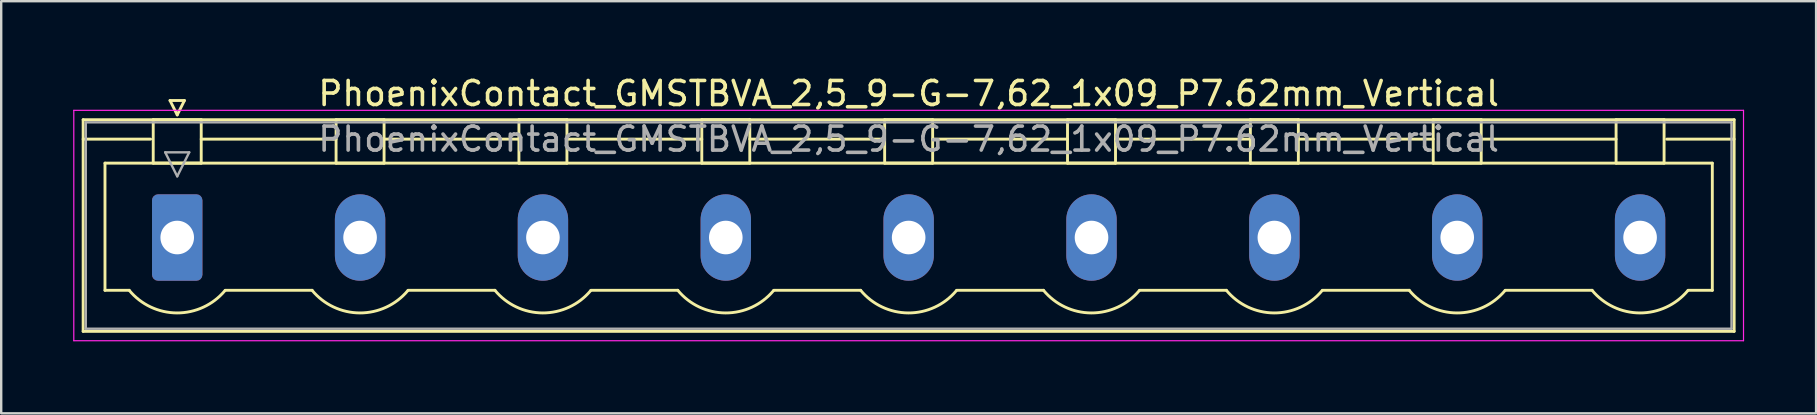
<source format=kicad_pcb>
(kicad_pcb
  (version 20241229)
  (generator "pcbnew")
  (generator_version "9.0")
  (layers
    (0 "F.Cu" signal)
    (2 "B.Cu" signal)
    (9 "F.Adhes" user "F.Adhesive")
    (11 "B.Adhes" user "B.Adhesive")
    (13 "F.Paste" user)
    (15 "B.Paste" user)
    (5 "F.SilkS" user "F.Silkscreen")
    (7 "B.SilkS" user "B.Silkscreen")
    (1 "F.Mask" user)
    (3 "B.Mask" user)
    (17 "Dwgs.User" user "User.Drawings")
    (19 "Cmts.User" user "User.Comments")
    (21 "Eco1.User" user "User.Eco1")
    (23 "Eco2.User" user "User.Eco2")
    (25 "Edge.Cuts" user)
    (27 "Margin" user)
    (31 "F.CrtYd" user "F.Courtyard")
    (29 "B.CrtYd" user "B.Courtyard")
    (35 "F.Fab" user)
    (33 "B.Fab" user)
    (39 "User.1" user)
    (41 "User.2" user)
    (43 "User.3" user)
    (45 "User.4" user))
  (footprint "PhoenixContact_GMSTBVA_2,5_9-G-7,62_1x09_P7.62mm_Vertical"
    (layer "F.Cu")
    (at 4.335 6.848)
    (property "Reference" "PhoenixContact_GMSTBVA_2,5_9-G-7,62_1x09_P7.62mm_Vertical" (at 30.48 -6 0) (layer "F.SilkS") (effects (font (size 1 1) (thickness 0.15))))
    (attr through_hole)
    (fp_line (start -3.92 -4.91) (end -3.92 3.91) (stroke (width 0.12) (type solid)) (layer "F.SilkS"))
    (fp_line (start -3.92 -4.1) (end -1.11 -4.1) (stroke (width 0.12) (type solid)) (layer "F.SilkS"))
    (fp_line (start -3.92 3.91) (end 64.88 3.91) (stroke (width 0.12) (type solid)) (layer "F.SilkS"))
    (fp_line (start -3.01 -3.1) (end 63.97 -3.1) (stroke (width 0.12) (type solid)) (layer "F.SilkS"))
    (fp_line (start -3.01 2.2) (end -3.01 -3.1) (stroke (width 0.12) (type solid)) (layer "F.SilkS"))
    (fp_line (start -2 2.2) (end -3.01 2.2) (stroke (width 0.12) (type solid)) (layer "F.SilkS"))
    (fp_line (start -1 -4.91) (end 1 -4.91) (stroke (width 0.12) (type solid)) (layer "F.SilkS"))
    (fp_line (start -1 -3.1) (end -1 -4.91) (stroke (width 0.12) (type solid)) (layer "F.SilkS"))
    (fp_line (start -0.3 -5.71) (end 0.3 -5.71) (stroke (width 0.12) (type solid)) (layer "F.SilkS"))
    (fp_line (start 0 -5.11) (end -0.3 -5.71) (stroke (width 0.12) (type solid)) (layer "F.SilkS"))
    (fp_line (start 0.3 -5.71) (end 0 -5.11) (stroke (width 0.12) (type solid)) (layer "F.SilkS"))
    (fp_line (start 1 -4.91) (end 1 -3.1) (stroke (width 0.12) (type solid)) (layer "F.SilkS"))
    (fp_line (start 1 -4.1) (end 6.62 -4.1) (stroke (width 0.12) (type solid)) (layer "F.SilkS"))
    (fp_line (start 1 -3.1) (end -1 -3.1) (stroke (width 0.12) (type solid)) (layer "F.SilkS"))
    (fp_line (start 2 2.2) (end 5.62 2.2) (stroke (width 0.12) (type solid)) (layer "F.SilkS"))
    (fp_line (start 6.62 -4.91) (end 8.62 -4.91) (stroke (width 0.12) (type solid)) (layer "F.SilkS"))
    (fp_line (start 6.62 -3.1) (end 6.62 -4.91) (stroke (width 0.12) (type solid)) (layer "F.SilkS"))
    (fp_line (start 8.62 -4.91) (end 8.62 -3.1) (stroke (width 0.12) (type solid)) (layer "F.SilkS"))
    (fp_line (start 8.62 -4.1) (end 14.24 -4.1) (stroke (width 0.12) (type solid)) (layer "F.SilkS"))
    (fp_line (start 8.62 -3.1) (end 6.62 -3.1) (stroke (width 0.12) (type solid)) (layer "F.SilkS"))
    (fp_line (start 9.62 2.2) (end 13.24 2.2) (stroke (width 0.12) (type solid)) (layer "F.SilkS"))
    (fp_line (start 14.24 -4.91) (end 16.24 -4.91) (stroke (width 0.12) (type solid)) (layer "F.SilkS"))
    (fp_line (start 14.24 -3.1) (end 14.24 -4.91) (stroke (width 0.12) (type solid)) (layer "F.SilkS"))
    (fp_line (start 16.24 -4.91) (end 16.24 -3.1) (stroke (width 0.12) (type solid)) (layer "F.SilkS"))
    (fp_line (start 16.24 -4.1) (end 21.86 -4.1) (stroke (width 0.12) (type solid)) (layer "F.SilkS"))
    (fp_line (start 16.24 -3.1) (end 14.24 -3.1) (stroke (width 0.12) (type solid)) (layer "F.SilkS"))
    (fp_line (start 17.24 2.2) (end 20.86 2.2) (stroke (width 0.12) (type solid)) (layer "F.SilkS"))
    (fp_line (start 21.86 -4.91) (end 23.86 -4.91) (stroke (width 0.12) (type solid)) (layer "F.SilkS"))
    (fp_line (start 21.86 -3.1) (end 21.86 -4.91) (stroke (width 0.12) (type solid)) (layer "F.SilkS"))
    (fp_line (start 23.86 -4.91) (end 23.86 -3.1) (stroke (width 0.12) (type solid)) (layer "F.SilkS"))
    (fp_line (start 23.86 -4.1) (end 29.48 -4.1) (stroke (width 0.12) (type solid)) (layer "F.SilkS"))
    (fp_line (start 23.86 -3.1) (end 21.86 -3.1) (stroke (width 0.12) (type solid)) (layer "F.SilkS"))
    (fp_line (start 24.86 2.2) (end 28.48 2.2) (stroke (width 0.12) (type solid)) (layer "F.SilkS"))
    (fp_line (start 29.48 -4.91) (end 31.48 -4.91) (stroke (width 0.12) (type solid)) (layer "F.SilkS"))
    (fp_line (start 29.48 -3.1) (end 29.48 -4.91) (stroke (width 0.12) (type solid)) (layer "F.SilkS"))
    (fp_line (start 31.48 -4.91) (end 31.48 -3.1) (stroke (width 0.12) (type solid)) (layer "F.SilkS"))
    (fp_line (start 31.48 -4.1) (end 37.1 -4.1) (stroke (width 0.12) (type solid)) (layer "F.SilkS"))
    (fp_line (start 31.48 -3.1) (end 29.48 -3.1) (stroke (width 0.12) (type solid)) (layer "F.SilkS"))
    (fp_line (start 32.48 2.2) (end 36.1 2.2) (stroke (width 0.12) (type solid)) (layer "F.SilkS"))
    (fp_line (start 37.1 -4.91) (end 39.1 -4.91) (stroke (width 0.12) (type solid)) (layer "F.SilkS"))
    (fp_line (start 37.1 -3.1) (end 37.1 -4.91) (stroke (width 0.12) (type solid)) (layer "F.SilkS"))
    (fp_line (start 39.1 -4.91) (end 39.1 -3.1) (stroke (width 0.12) (type solid)) (layer "F.SilkS"))
    (fp_line (start 39.1 -4.1) (end 44.72 -4.1) (stroke (width 0.12) (type solid)) (layer "F.SilkS"))
    (fp_line (start 39.1 -3.1) (end 37.1 -3.1) (stroke (width 0.12) (type solid)) (layer "F.SilkS"))
    (fp_line (start 40.1 2.2) (end 43.72 2.2) (stroke (width 0.12) (type solid)) (layer "F.SilkS"))
    (fp_line (start 44.72 -4.91) (end 46.72 -4.91) (stroke (width 0.12) (type solid)) (layer "F.SilkS"))
    (fp_line (start 44.72 -3.1) (end 44.72 -4.91) (stroke (width 0.12) (type solid)) (layer "F.SilkS"))
    (fp_line (start 46.72 -4.91) (end 46.72 -3.1) (stroke (width 0.12) (type solid)) (layer "F.SilkS"))
    (fp_line (start 46.72 -4.1) (end 52.34 -4.1) (stroke (width 0.12) (type solid)) (layer "F.SilkS"))
    (fp_line (start 46.72 -3.1) (end 44.72 -3.1) (stroke (width 0.12) (type solid)) (layer "F.SilkS"))
    (fp_line (start 47.72 2.2) (end 51.34 2.2) (stroke (width 0.12) (type solid)) (layer "F.SilkS"))
    (fp_line (start 52.34 -4.91) (end 54.34 -4.91) (stroke (width 0.12) (type solid)) (layer "F.SilkS"))
    (fp_line (start 52.34 -3.1) (end 52.34 -4.91) (stroke (width 0.12) (type solid)) (layer "F.SilkS"))
    (fp_line (start 54.34 -4.91) (end 54.34 -3.1) (stroke (width 0.12) (type solid)) (layer "F.SilkS"))
    (fp_line (start 54.34 -4.1) (end 59.96 -4.1) (stroke (width 0.12) (type solid)) (layer "F.SilkS"))
    (fp_line (start 54.34 -3.1) (end 52.34 -3.1) (stroke (width 0.12) (type solid)) (layer "F.SilkS"))
    (fp_line (start 55.34 2.2) (end 58.96 2.2) (stroke (width 0.12) (type solid)) (layer "F.SilkS"))
    (fp_line (start 59.96 -4.91) (end 61.96 -4.91) (stroke (width 0.12) (type solid)) (layer "F.SilkS"))
    (fp_line (start 59.96 -3.1) (end 59.96 -4.91) (stroke (width 0.12) (type solid)) (layer "F.SilkS"))
    (fp_line (start 61.96 -4.91) (end 61.96 -3.1) (stroke (width 0.12) (type solid)) (layer "F.SilkS"))
    (fp_line (start 61.96 -3.1) (end 59.96 -3.1) (stroke (width 0.12) (type solid)) (layer "F.SilkS"))
    (fp_line (start 63.97 -3.1) (end 63.97 2.2) (stroke (width 0.12) (type solid)) (layer "F.SilkS"))
    (fp_line (start 63.97 2.2) (end 62.96 2.2) (stroke (width 0.12) (type solid)) (layer "F.SilkS"))
    (fp_line (start 64.88 -4.91) (end -3.92 -4.91) (stroke (width 0.12) (type solid)) (layer "F.SilkS"))
    (fp_line (start 64.88 -4.1) (end 62.07 -4.1) (stroke (width 0.12) (type solid)) (layer "F.SilkS"))
    (fp_line (start 64.88 3.91) (end 64.88 -4.91) (stroke (width 0.12) (type solid)) (layer "F.SilkS"))
    (fp_arc (start 1.986842 2.215821) (mid -0.010289 3.142758) (end -2 2.2) (stroke (width 0.12) (type solid)) (layer "F.SilkS"))
    (fp_arc (start 9.606842 2.215821) (mid 7.609711 3.142758) (end 5.62 2.2) (stroke (width 0.12) (type solid)) (layer "F.SilkS"))
    (fp_arc (start 17.226842 2.215821) (mid 15.229711 3.142758) (end 13.24 2.2) (stroke (width 0.12) (type solid)) (layer "F.SilkS"))
    (fp_arc (start 24.846842 2.215821) (mid 22.849711 3.142758) (end 20.86 2.2) (stroke (width 0.12) (type solid)) (layer "F.SilkS"))
    (fp_arc (start 32.466842 2.215821) (mid 30.469711 3.142758) (end 28.48 2.2) (stroke (width 0.12) (type solid)) (layer "F.SilkS"))
    (fp_arc (start 40.086842 2.215821) (mid 38.089711 3.142758) (end 36.1 2.2) (stroke (width 0.12) (type solid)) (layer "F.SilkS"))
    (fp_arc (start 47.706842 2.215821) (mid 45.709711 3.142758) (end 43.72 2.2) (stroke (width 0.12) (type solid)) (layer "F.SilkS"))
    (fp_arc (start 55.326842 2.215821) (mid 53.329711 3.142758) (end 51.34 2.2) (stroke (width 0.12) (type solid)) (layer "F.SilkS"))
    (fp_arc (start 62.946842 2.215821) (mid 60.949711 3.142758) (end 58.96 2.2) (stroke (width 0.12) (type solid)) (layer "F.SilkS"))
    (fp_line (start -4.31 -5.3) (end -4.31 4.3) (stroke (width 0.05) (type solid)) (layer "F.CrtYd"))
    (fp_line (start -4.31 4.3) (end 65.27 4.3) (stroke (width 0.05) (type solid)) (layer "F.CrtYd"))
    (fp_line (start 65.27 -5.3) (end -4.31 -5.3) (stroke (width 0.05) (type solid)) (layer "F.CrtYd"))
    (fp_line (start 65.27 4.3) (end 65.27 -5.3) (stroke (width 0.05) (type solid)) (layer "F.CrtYd"))
    (fp_line (start -3.81 -4.8) (end -3.81 3.8) (stroke (width 0.1) (type solid)) (layer "F.Fab"))
    (fp_line (start -3.81 3.8) (end 64.77 3.8) (stroke (width 0.1) (type solid)) (layer "F.Fab"))
    (fp_line (start -0.5 -3.55) (end 0.5 -3.55) (stroke (width 0.1) (type solid)) (layer "F.Fab"))
    (fp_line (start 0 -2.55) (end -0.5 -3.55) (stroke (width 0.1) (type solid)) (layer "F.Fab"))
    (fp_line (start 0.5 -3.55) (end 0 -2.55) (stroke (width 0.1) (type solid)) (layer "F.Fab"))
    (fp_line (start 64.77 -4.8) (end -3.81 -4.8) (stroke (width 0.1) (type solid)) (layer "F.Fab"))
    (fp_line (start 64.77 3.8) (end 64.77 -4.8) (stroke (width 0.1) (type solid)) (layer "F.Fab"))
    (fp_text user "${REFERENCE}" (at 30.48 -4.1 0) (layer "F.Fab") (effects (font (size 1 1) (thickness 0.15))))
    (pad "1" thru_hole roundrect (at 0 0) (size 2.1 3.6) (drill 1.4) (layers "*.Cu" "*.Mask") (roundrect_rratio 0.119))
    (pad "2" thru_hole oval (at 7.62 0) (size 2.1 3.6) (drill 1.4) (layers "*.Cu" "*.Mask"))
    (pad "3" thru_hole oval (at 15.24 0) (size 2.1 3.6) (drill 1.4) (layers "*.Cu" "*.Mask"))
    (pad "4" thru_hole oval (at 22.86 0) (size 2.1 3.6) (drill 1.4) (layers "*.Cu" "*.Mask"))
    (pad "5" thru_hole oval (at 30.48 0) (size 2.1 3.6) (drill 1.4) (layers "*.Cu" "*.Mask"))
    (pad "6" thru_hole oval (at 38.1 0) (size 2.1 3.6) (drill 1.4) (layers "*.Cu" "*.Mask"))
    (pad "7" thru_hole oval (at 45.72 0) (size 2.1 3.6) (drill 1.4) (layers "*.Cu" "*.Mask"))
    (pad "8" thru_hole oval (at 53.34 0) (size 2.1 3.6) (drill 1.4) (layers "*.Cu" "*.Mask"))
    (pad "9" thru_hole oval (at 60.96 0) (size 2.1 3.6) (drill 1.4) (layers "*.Cu" "*.Mask")))
  (gr_rect
    (start -3 -3)
    (end 72.63 14.173)
    (stroke (width 0.1) (type default))
    (fill no)
    (layer "Edge.Cuts")))
</source>
